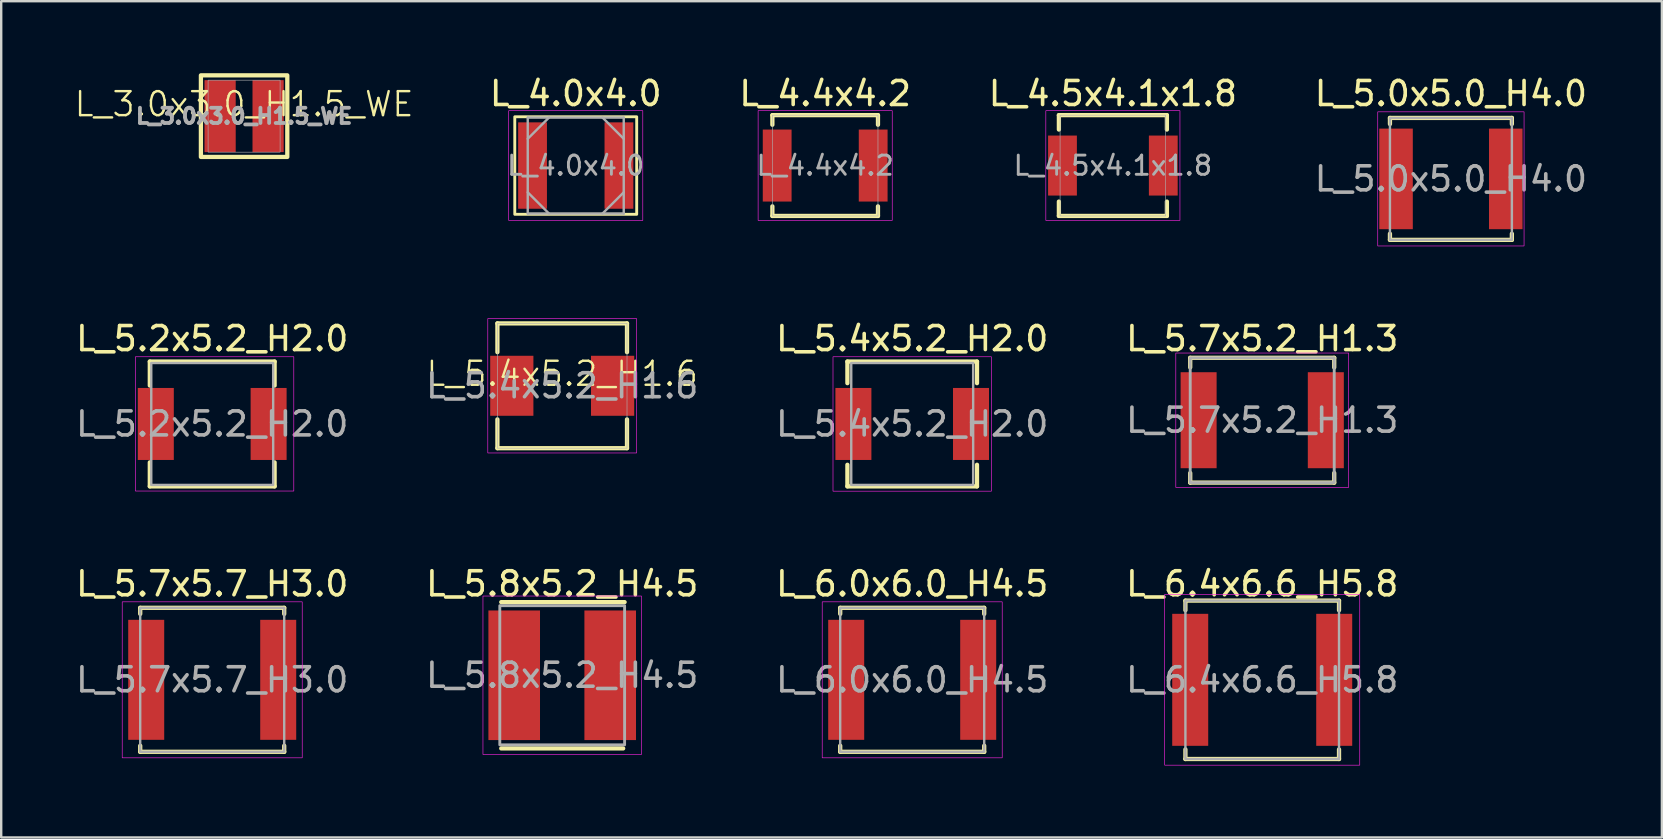
<source format=kicad_pcb>
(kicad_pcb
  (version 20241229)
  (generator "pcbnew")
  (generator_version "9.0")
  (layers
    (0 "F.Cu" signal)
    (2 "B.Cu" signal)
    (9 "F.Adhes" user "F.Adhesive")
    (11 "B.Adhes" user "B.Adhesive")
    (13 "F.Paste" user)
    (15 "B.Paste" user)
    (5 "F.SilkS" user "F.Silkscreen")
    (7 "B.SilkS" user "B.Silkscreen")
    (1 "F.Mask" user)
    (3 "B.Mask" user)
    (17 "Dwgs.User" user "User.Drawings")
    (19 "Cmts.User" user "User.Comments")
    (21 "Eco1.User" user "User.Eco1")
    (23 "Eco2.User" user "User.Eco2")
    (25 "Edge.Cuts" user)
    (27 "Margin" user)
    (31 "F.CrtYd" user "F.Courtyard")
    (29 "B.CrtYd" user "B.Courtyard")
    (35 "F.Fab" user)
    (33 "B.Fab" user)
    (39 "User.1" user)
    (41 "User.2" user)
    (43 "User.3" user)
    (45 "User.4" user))
  (footprint "L_5.0x5.0_H4.0"
    (layer "F.Cu")
    (at 57.404 4.404)
    (property "Reference" "L_5.0x5.0_H4.0" (at 0 -3.556 0) (unlocked yes) (layer "F.SilkS") (effects (font (size 1 1) (thickness 0.15))))
    (attr smd)
    (fp_line (start -2.54 -2.54) (end 2.54 -2.54) (stroke (width 0.178) (type solid)) (layer "F.SilkS"))
    (fp_line (start -2.54 -2.286) (end -2.54 -2.54) (stroke (width 0.178) (type solid)) (layer "F.SilkS"))
    (fp_line (start -2.54 2.54) (end -2.54 2.286) (stroke (width 0.178) (type solid)) (layer "F.SilkS"))
    (fp_line (start 2.54 -2.54) (end 2.54 -2.286) (stroke (width 0.178) (type solid)) (layer "F.SilkS"))
    (fp_line (start 2.54 2.286) (end 2.54 2.54) (stroke (width 0.178) (type solid)) (layer "F.SilkS"))
    (fp_line (start 2.54 2.54) (end -2.54 2.54) (stroke (width 0.178) (type solid)) (layer "F.SilkS"))
    (fp_rect (start -3.048 -2.794) (end 3.048 2.794) (stroke (width 0.025) (type solid)) (fill no) (layer "F.CrtYd"))
    (fp_rect (start -2.54 -2.54) (end 2.54 2.54) (stroke (width 0.1) (type solid)) (fill no) (layer "F.Fab"))
    (fp_text user "${REFERENCE}" (at 0 0 0) (unlocked yes) (layer "F.Fab") (effects (font (size 1 1) (thickness 0.15))))
    (pad "1" smd rect (at -2.286 0) (size 1.397 4.191) (layers "F.Cu" "F.Mask" "F.Paste"))
    (pad "2" smd rect (at 2.286 0) (size 1.397 4.191) (layers "F.Cu" "F.Mask" "F.Paste")))
  (footprint "L_5.4x5.2_H1.6"
    (layer "F.Cu")
    (at 20.375 13.024)
    (property "Reference" "L_5.4x5.2_H1.6" (at 0 -0.5 0) (unlocked yes) (layer "F.SilkS") (effects (font (size 1 1) (thickness 0.1))))
    (attr smd)
    (fp_line (start -2.7 -2.6) (end 2.7 -2.6) (stroke (width 0.178) (type default)) (layer "F.SilkS"))
    (fp_line (start -2.7 -1.4) (end -2.7 -2.6) (stroke (width 0.178) (type default)) (layer "F.SilkS"))
    (fp_line (start -2.7 2.6) (end -2.7 1.4) (stroke (width 0.178) (type default)) (layer "F.SilkS"))
    (fp_line (start 2.7 -2.6) (end 2.7 -1.4) (stroke (width 0.178) (type default)) (layer "F.SilkS"))
    (fp_line (start 2.7 1.4) (end 2.7 2.6) (stroke (width 0.178) (type default)) (layer "F.SilkS"))
    (fp_line (start 2.7 2.6) (end -2.7 2.6) (stroke (width 0.178) (type default)) (layer "F.SilkS"))
    (fp_rect (start -3.1 -2.8) (end 3.1 2.8) (stroke (width 0.025) (type default)) (fill no) (layer "F.CrtYd"))
    (fp_rect (start -2.7 -2.6) (end 2.7 2.6) (stroke (width 0.025) (type default)) (fill no) (layer "F.Fab"))
    (fp_text user "${REFERENCE}" (at 0 0 0) (unlocked yes) (layer "F.Fab") (effects (font (size 1 1) (thickness 0.15))))
    (pad "1" smd rect (at -2.1 0) (size 1.8 2.5) (layers "F.Cu" "F.Mask" "F.Paste"))
    (pad "2" smd rect (at 2.1 0) (size 1.8 2.5) (layers "F.Cu" "F.Mask" "F.Paste")))
  (footprint "L_5.8x5.2_H4.5"
    (layer "F.Cu")
    (at 20.375 25.086)
    (property "Reference" "L_5.8x5.2_H4.5" (at 0 -3.81 0) (unlocked yes) (layer "F.SilkS") (effects (font (size 1 1) (thickness 0.15))))
    (attr smd)
    (fp_line (start -2.54 -3.048) (end 2.6 -3.048) (stroke (width 0.178) (type solid)) (layer "F.SilkS"))
    (fp_line (start -2.54 3.048) (end 2.54 3.048) (stroke (width 0.178) (type solid)) (layer "F.SilkS"))
    (fp_rect (start -3.302 -3.302) (end 3.302 3.302) (stroke (width 0.025) (type solid)) (fill no) (layer "F.CrtYd"))
    (fp_rect (start -2.6 -2.9) (end 2.6 2.9) (stroke (width 0.12) (type solid)) (fill no) (layer "F.Fab"))
    (fp_text user "${REFERENCE}" (at 0 0 0) (unlocked yes) (layer "F.Fab") (effects (font (size 1 1) (thickness 0.15))))
    (pad "1" smd rect (at -2 0) (size 2.15 5.4) (layers "F.Cu" "F.Mask" "F.Paste"))
    (pad "2" smd rect (at 2 0) (size 2.15 5.4) (layers "F.Cu" "F.Mask" "F.Paste")))
  (footprint "L_4.0x4.0"
    (layer "F.Cu")
    (at 20.939 3.848)
    (property "Reference" "L_4.0x4.0" (at 0 -3 0) (layer "F.SilkS") (effects (font (size 1 1) (thickness 0.15))))
    (attr smd)
    (fp_rect (start -2.54 -2.032) (end 2.54 2.032) (stroke (width 0.12) (type solid)) (fill no) (layer "F.SilkS"))
    (fp_rect (start -2.794 -2.286) (end 2.794 2.286) (stroke (width 0.025) (type solid)) (fill no) (layer "F.CrtYd"))
    (fp_line (start -2 -2) (end 2 -2) (stroke (width 0.1) (type solid)) (layer "F.Fab"))
    (fp_line (start -2 -1.115) (end -1.115 -2) (stroke (width 0.1) (type solid)) (layer "F.Fab"))
    (fp_line (start -2 2) (end -2 -2) (stroke (width 0.1) (type solid)) (layer "F.Fab"))
    (fp_line (start -1.115 2) (end -2 1.115) (stroke (width 0.1) (type solid)) (layer "F.Fab"))
    (fp_line (start 1.115 -2) (end 2 -1.115) (stroke (width 0.1) (type solid)) (layer "F.Fab"))
    (fp_line (start 2 -2) (end 2 2) (stroke (width 0.1) (type solid)) (layer "F.Fab"))
    (fp_line (start 2 1.115) (end 1.115 2) (stroke (width 0.1) (type solid)) (layer "F.Fab"))
    (fp_line (start 2 2) (end -2 2) (stroke (width 0.1) (type solid)) (layer "F.Fab"))
    (fp_text user "${REFERENCE}" (at 0 0 0) (layer "F.Fab") (effects (font (size 0.8 0.8) (thickness 0.12))))
    (pad "1" smd rect (at -1.8 0) (size 1.2 3.6) (layers "F.Cu" "F.Mask" "F.Paste"))
    (pad "2" smd rect (at 1.8 0) (size 1.2 3.6) (layers "F.Cu" "F.Mask" "F.Paste")))
  (footprint "L_4.5x4.1x1.8"
    (layer "F.Cu")
    (at 43.32 3.848)
    (property "Reference" "L_4.5x4.1x1.8" (at 0 -3 0) (layer "F.SilkS") (effects (font (size 1 1) (thickness 0.15))))
    (attr smd)
    (fp_line (start -2.25 -2.1) (end 2.25 -2.1) (stroke (width 0.178) (type default)) (layer "F.SilkS"))
    (fp_line (start -2.25 -1.5) (end -2.25 -2.1) (stroke (width 0.178) (type default)) (layer "F.SilkS"))
    (fp_line (start -2.25 2.1) (end -2.25 1.5) (stroke (width 0.178) (type default)) (layer "F.SilkS"))
    (fp_line (start 2.25 -2.1) (end 2.25 -1.5) (stroke (width 0.178) (type default)) (layer "F.SilkS"))
    (fp_line (start 2.25 1.5) (end 2.25 2.1) (stroke (width 0.178) (type default)) (layer "F.SilkS"))
    (fp_line (start 2.25 2.1) (end -2.25 2.1) (stroke (width 0.178) (type default)) (layer "F.SilkS"))
    (fp_rect (start -2.794 -2.286) (end 2.794 2.286) (stroke (width 0.025) (type solid)) (fill no) (layer "F.CrtYd"))
    (fp_rect (start -2.2 -2.1) (end 2.2 2.1) (stroke (width 0.025) (type solid)) (fill no) (layer "F.Fab"))
    (fp_text user "${REFERENCE}" (at 0 0 0) (layer "F.Fab") (effects (font (size 0.8 0.8) (thickness 0.12))))
    (pad "1" smd rect (at -2.1 0) (size 1.2 2.5) (layers "F.Cu" "F.Mask" "F.Paste"))
    (pad "2" smd rect (at 2.1 0) (size 1.2 2.5) (layers "F.Cu" "F.Mask" "F.Paste")))
  (footprint "L_6.0x6.0_H4.5"
    (layer "F.Cu")
    (at 34.958 25.276)
    (property "Reference" "L_6.0x6.0_H4.5" (at 0 -4 0) (unlocked yes) (layer "F.SilkS") (effects (font (size 1 1) (thickness 0.15))))
    (attr smd)
    (fp_line (start -3 -3) (end 3 -3) (stroke (width 0.178) (type solid)) (layer "F.SilkS"))
    (fp_line (start -3 -2.746) (end -3 -3) (stroke (width 0.178) (type solid)) (layer "F.SilkS"))
    (fp_line (start -3 3) (end -3 2.746) (stroke (width 0.178) (type solid)) (layer "F.SilkS"))
    (fp_line (start 3 -3) (end 3 -2.746) (stroke (width 0.178) (type solid)) (layer "F.SilkS"))
    (fp_line (start 3 2.746) (end 3 3) (stroke (width 0.178) (type solid)) (layer "F.SilkS"))
    (fp_line (start 3 3) (end -3 3) (stroke (width 0.178) (type solid)) (layer "F.SilkS"))
    (fp_rect (start -3.75 -3.25) (end 3.75 3.25) (stroke (width 0.025) (type solid)) (fill no) (layer "F.CrtYd"))
    (fp_rect (start -3 -3) (end 3 3) (stroke (width 0.1) (type solid)) (fill no) (layer "F.Fab"))
    (fp_text user "${REFERENCE}" (at 0 0 0) (unlocked yes) (layer "F.Fab") (effects (font (size 1 1) (thickness 0.15))))
    (pad "1" smd rect (at -2.75 0) (size 1.5 5) (layers "F.Cu" "F.Mask" "F.Paste"))
    (pad "2" smd rect (at 2.75 0) (size 1.5 5) (layers "F.Cu" "F.Mask" "F.Paste")))
  (footprint "L_3.0x3.0_H1.5_WE"
    (layer "F.Cu")
    (at 7.121 1.789)
    (property "Reference" "L_3.0x3.0_H1.5_WE" (at 0 -0.5 0) (unlocked yes) (layer "F.SilkS") (effects (font (size 1 1) (thickness 0.1))))
    (attr smd)
    (fp_rect (start -1.8 -1.7) (end 1.8 1.7) (stroke (width 0.178) (type solid)) (fill no) (layer "F.SilkS"))
    (fp_rect (start -1.5 -1.5) (end 1.5 1.5) (stroke (width 0.025) (type solid)) (fill no) (layer "F.Fab"))
    (fp_text user "${REFERENCE}" (at 0 0 0) (unlocked yes) (layer "F.Fab") (effects (font (size 0.635 0.635) (thickness 0.159) (bold yes))))
    (pad "1" smd rect (at -1 0) (size 1.3 3) (layers "F.Cu" "F.Mask" "F.Paste"))
    (pad "2" smd rect (at 1 0) (size 1.3 3) (layers "F.Cu" "F.Mask" "F.Paste")))
  (footprint "L_4.4x4.2"
    (layer "F.Cu")
    (at 31.332 3.848)
    (property "Reference" "L_4.4x4.2" (at 0 -3 0) (layer "F.SilkS") (effects (font (size 1 1) (thickness 0.15))))
    (attr smd)
    (fp_line (start -2.2 -2.1) (end 2.2 -2.1) (stroke (width 0.178) (type default)) (layer "F.SilkS"))
    (fp_line (start -2.2 -1.7) (end -2.2 -2.1) (stroke (width 0.178) (type default)) (layer "F.SilkS"))
    (fp_line (start -2.2 2.1) (end -2.2 1.7) (stroke (width 0.178) (type default)) (layer "F.SilkS"))
    (fp_line (start 2.2 -2.1) (end 2.2 -1.7) (stroke (width 0.178) (type default)) (layer "F.SilkS"))
    (fp_line (start 2.2 1.7) (end 2.2 2.1) (stroke (width 0.178) (type default)) (layer "F.SilkS"))
    (fp_line (start 2.2 2.1) (end -2.2 2.1) (stroke (width 0.178) (type default)) (layer "F.SilkS"))
    (fp_rect (start -2.794 -2.286) (end 2.794 2.286) (stroke (width 0.025) (type solid)) (fill no) (layer "F.CrtYd"))
    (fp_rect (start -2.2 -2.1) (end 2.2 2.1) (stroke (width 0.025) (type solid)) (fill no) (layer "F.Fab"))
    (fp_text user "${REFERENCE}" (at 0 0 0) (layer "F.Fab") (effects (font (size 0.8 0.8) (thickness 0.12))))
    (pad "1" smd rect (at -2 0) (size 1.2 3) (layers "F.Cu" "F.Mask" "F.Paste"))
    (pad "2" smd rect (at 2 0) (size 1.2 3) (layers "F.Cu" "F.Mask" "F.Paste")))
  (footprint "L_5.2x5.2_H2.0"
    (layer "F.Cu")
    (at 5.792 14.615)
    (property "Reference" "L_5.2x5.2_H2.0" (at 0 -3.556 0) (unlocked yes) (layer "F.SilkS") (effects (font (size 1 1) (thickness 0.15))))
    (attr smd)
    (fp_line (start -2.6 -2.6) (end 2.6 -2.6) (stroke (width 0.178) (type solid)) (layer "F.SilkS"))
    (fp_line (start -2.6 -1.6) (end -2.6 -2.6) (stroke (width 0.178) (type solid)) (layer "F.SilkS"))
    (fp_line (start -2.6 2.6) (end -2.6 1.6) (stroke (width 0.178) (type solid)) (layer "F.SilkS"))
    (fp_line (start 2.6 -2.6) (end 2.6 -1.6) (stroke (width 0.178) (type solid)) (layer "F.SilkS"))
    (fp_line (start 2.6 1.6) (end 2.6 2.6) (stroke (width 0.178) (type solid)) (layer "F.SilkS"))
    (fp_line (start 2.6 2.6) (end -2.6 2.6) (stroke (width 0.178) (type solid)) (layer "F.SilkS"))
    (fp_rect (start -3.2 -2.8) (end 3.4 2.794) (stroke (width 0.025) (type solid)) (fill no) (layer "F.CrtYd"))
    (fp_rect (start -2.54 -2.54) (end 2.54 2.54) (stroke (width 0.1) (type solid)) (fill no) (layer "F.Fab"))
    (fp_text user "${REFERENCE}" (at 0 0 0) (unlocked yes) (layer "F.Fab") (effects (font (size 1 1) (thickness 0.15))))
    (pad "1" smd rect (at -2.35 0) (size 1.5 3) (layers "F.Cu" "F.Mask" "F.Paste"))
    (pad "2" smd rect (at 2.35 0) (size 1.5 3) (layers "F.Cu" "F.Mask" "F.Paste")))
  (footprint "L_5.7x5.2_H1.3"
    (layer "F.Cu")
    (at 49.542 14.459)
    (property "Reference" "L_5.7x5.2_H1.3" (at 0 -3.4 0) (unlocked yes) (layer "F.SilkS") (effects (font (size 1 1) (thickness 0.15))))
    (attr smd)
    (fp_line (start -3 -2.6) (end 3 -2.6) (stroke (width 0.178) (type solid)) (layer "F.SilkS"))
    (fp_line (start -3 -2.2) (end -3 -2.6) (stroke (width 0.178) (type default)) (layer "F.SilkS"))
    (fp_line (start -3 2.2) (end -3 2.6) (stroke (width 0.178) (type default)) (layer "F.SilkS"))
    (fp_line (start -3 2.6) (end 3 2.6) (stroke (width 0.178) (type solid)) (layer "F.SilkS"))
    (fp_line (start 3 -2.2) (end 3 -2.6) (stroke (width 0.178) (type default)) (layer "F.SilkS"))
    (fp_line (start 3 2.2) (end 3 2.6) (stroke (width 0.178) (type default)) (layer "F.SilkS"))
    (fp_rect (start -3.6 -2.8) (end 3.6 2.8) (stroke (width 0.025) (type solid)) (fill no) (layer "F.CrtYd"))
    (fp_rect (start -3 -2.6) (end 3 2.6) (stroke (width 0.12) (type solid)) (fill no) (layer "F.Fab"))
    (fp_text user "${REFERENCE}" (at 0 0 0) (unlocked yes) (layer "F.Fab") (effects (font (size 1 1) (thickness 0.15))))
    (pad "1" smd rect (at -2.65 0) (size 1.5 4) (layers "F.Cu" "F.Mask" "F.Paste"))
    (pad "2" smd rect (at 2.65 0) (size 1.5 4) (layers "F.Cu" "F.Mask" "F.Paste")))
  (footprint "L_5.4x5.2_H2.0"
    (layer "F.Cu")
    (at 34.958 14.615)
    (property "Reference" "L_5.4x5.2_H2.0" (at 0 -3.556 0) (unlocked yes) (layer "F.SilkS") (effects (font (size 1 1) (thickness 0.15))))
    (attr smd)
    (fp_line (start -2.7 -2.6) (end 2.7 -2.6) (stroke (width 0.178) (type solid)) (layer "F.SilkS"))
    (fp_line (start -2.7 -1.7) (end -2.7 -2.6) (stroke (width 0.178) (type solid)) (layer "F.SilkS"))
    (fp_line (start -2.7 2.6) (end -2.7 1.7) (stroke (width 0.178) (type solid)) (layer "F.SilkS"))
    (fp_line (start 2.7 -2.6) (end 2.7 -1.7) (stroke (width 0.178) (type solid)) (layer "F.SilkS"))
    (fp_line (start 2.7 1.7) (end 2.7 2.6) (stroke (width 0.178) (type solid)) (layer "F.SilkS"))
    (fp_line (start 2.7 2.6) (end -2.7 2.6) (stroke (width 0.178) (type solid)) (layer "F.SilkS"))
    (fp_rect (start -3.3 -2.8) (end 3.3 2.8) (stroke (width 0.025) (type solid)) (fill no) (layer "F.CrtYd"))
    (fp_rect (start -2.54 -2.54) (end 2.54 2.54) (stroke (width 0.1) (type solid)) (fill no) (layer "F.Fab"))
    (fp_text user "${REFERENCE}" (at 0 0 0) (unlocked yes) (layer "F.Fab") (effects (font (size 1 1) (thickness 0.15))))
    (pad "1" smd rect (at -2.45 0) (size 1.5 3) (layers "F.Cu" "F.Mask" "F.Paste"))
    (pad "2" smd rect (at 2.45 0) (size 1.5 3) (layers "F.Cu" "F.Mask" "F.Paste")))
  (footprint "L_5.7x5.7_H3.0"
    (layer "F.Cu")
    (at 5.792 25.276)
    (property "Reference" "L_5.7x5.7_H3.0" (at 0 -4 0) (unlocked yes) (layer "F.SilkS") (effects (font (size 1 1) (thickness 0.15))))
    (attr smd)
    (fp_line (start -3 -3) (end 3 -3) (stroke (width 0.178) (type solid)) (layer "F.SilkS"))
    (fp_line (start -3 -2.746) (end -3 -3) (stroke (width 0.178) (type solid)) (layer "F.SilkS"))
    (fp_line (start -3 3) (end -3 2.746) (stroke (width 0.178) (type solid)) (layer "F.SilkS"))
    (fp_line (start 3 -3) (end 3 -2.746) (stroke (width 0.178) (type solid)) (layer "F.SilkS"))
    (fp_line (start 3 2.746) (end 3 3) (stroke (width 0.178) (type solid)) (layer "F.SilkS"))
    (fp_line (start 3 3) (end -3 3) (stroke (width 0.178) (type solid)) (layer "F.SilkS"))
    (fp_rect (start -3.75 -3.25) (end 3.75 3.25) (stroke (width 0.025) (type solid)) (fill no) (layer "F.CrtYd"))
    (fp_rect (start -3 -3) (end 3 3) (stroke (width 0.1) (type solid)) (fill no) (layer "F.Fab"))
    (fp_text user "${REFERENCE}" (at 0 0 0) (unlocked yes) (layer "F.Fab") (effects (font (size 1 1) (thickness 0.15))))
    (pad "1" smd rect (at -2.75 0) (size 1.5 5) (layers "F.Cu" "F.Mask" "F.Paste"))
    (pad "2" smd rect (at 2.75 0) (size 1.5 5) (layers "F.Cu" "F.Mask" "F.Paste")))
  (footprint "L_6.4x6.6_H5.8"
    (layer "F.Cu")
    (at 49.542 25.276)
    (property "Reference" "L_6.4x6.6_H5.8" (at 0 -4 0) (unlocked yes) (layer "F.SilkS") (effects (font (size 1 1) (thickness 0.15))))
    (attr smd)
    (fp_line (start -3.2 -3.3) (end 3.2 -3.3) (stroke (width 0.178) (type solid)) (layer "F.SilkS"))
    (fp_line (start -3.2 -2.9) (end -3.2 -3.3) (stroke (width 0.178) (type solid)) (layer "F.SilkS"))
    (fp_line (start -3.2 3.3) (end -3.2 2.9) (stroke (width 0.178) (type solid)) (layer "F.SilkS"))
    (fp_line (start 3.2 -3.3) (end 3.2 -2.9) (stroke (width 0.178) (type solid)) (layer "F.SilkS"))
    (fp_line (start 3.2 2.9) (end 3.2 3.3) (stroke (width 0.178) (type solid)) (layer "F.SilkS"))
    (fp_line (start 3.2 3.3) (end -3.2 3.3) (stroke (width 0.178) (type solid)) (layer "F.SilkS"))
    (fp_rect (start -4.064 -3.556) (end 4.064 3.556) (stroke (width 0.025) (type solid)) (fill no) (layer "F.CrtYd"))
    (fp_rect (start -3.2 -3.3) (end 3.2 3.3) (stroke (width 0.1) (type solid)) (fill no) (layer "F.Fab"))
    (fp_text user "${REFERENCE}" (at 0 0 0) (unlocked yes) (layer "F.Fab") (effects (font (size 1 1) (thickness 0.15))))
    (pad "1" smd rect (at -3 0) (size 1.5 5.5) (layers "F.Cu" "F.Mask" "F.Paste"))
    (pad "2" smd rect (at 3 0) (size 1.5 5.5) (layers "F.Cu" "F.Mask" "F.Paste")))
  (gr_rect
    (start -3 -3)
    (end 66.195 31.845)
    (stroke (width 0.1) (type default))
    (fill no)
    (layer "Edge.Cuts")))
</source>
